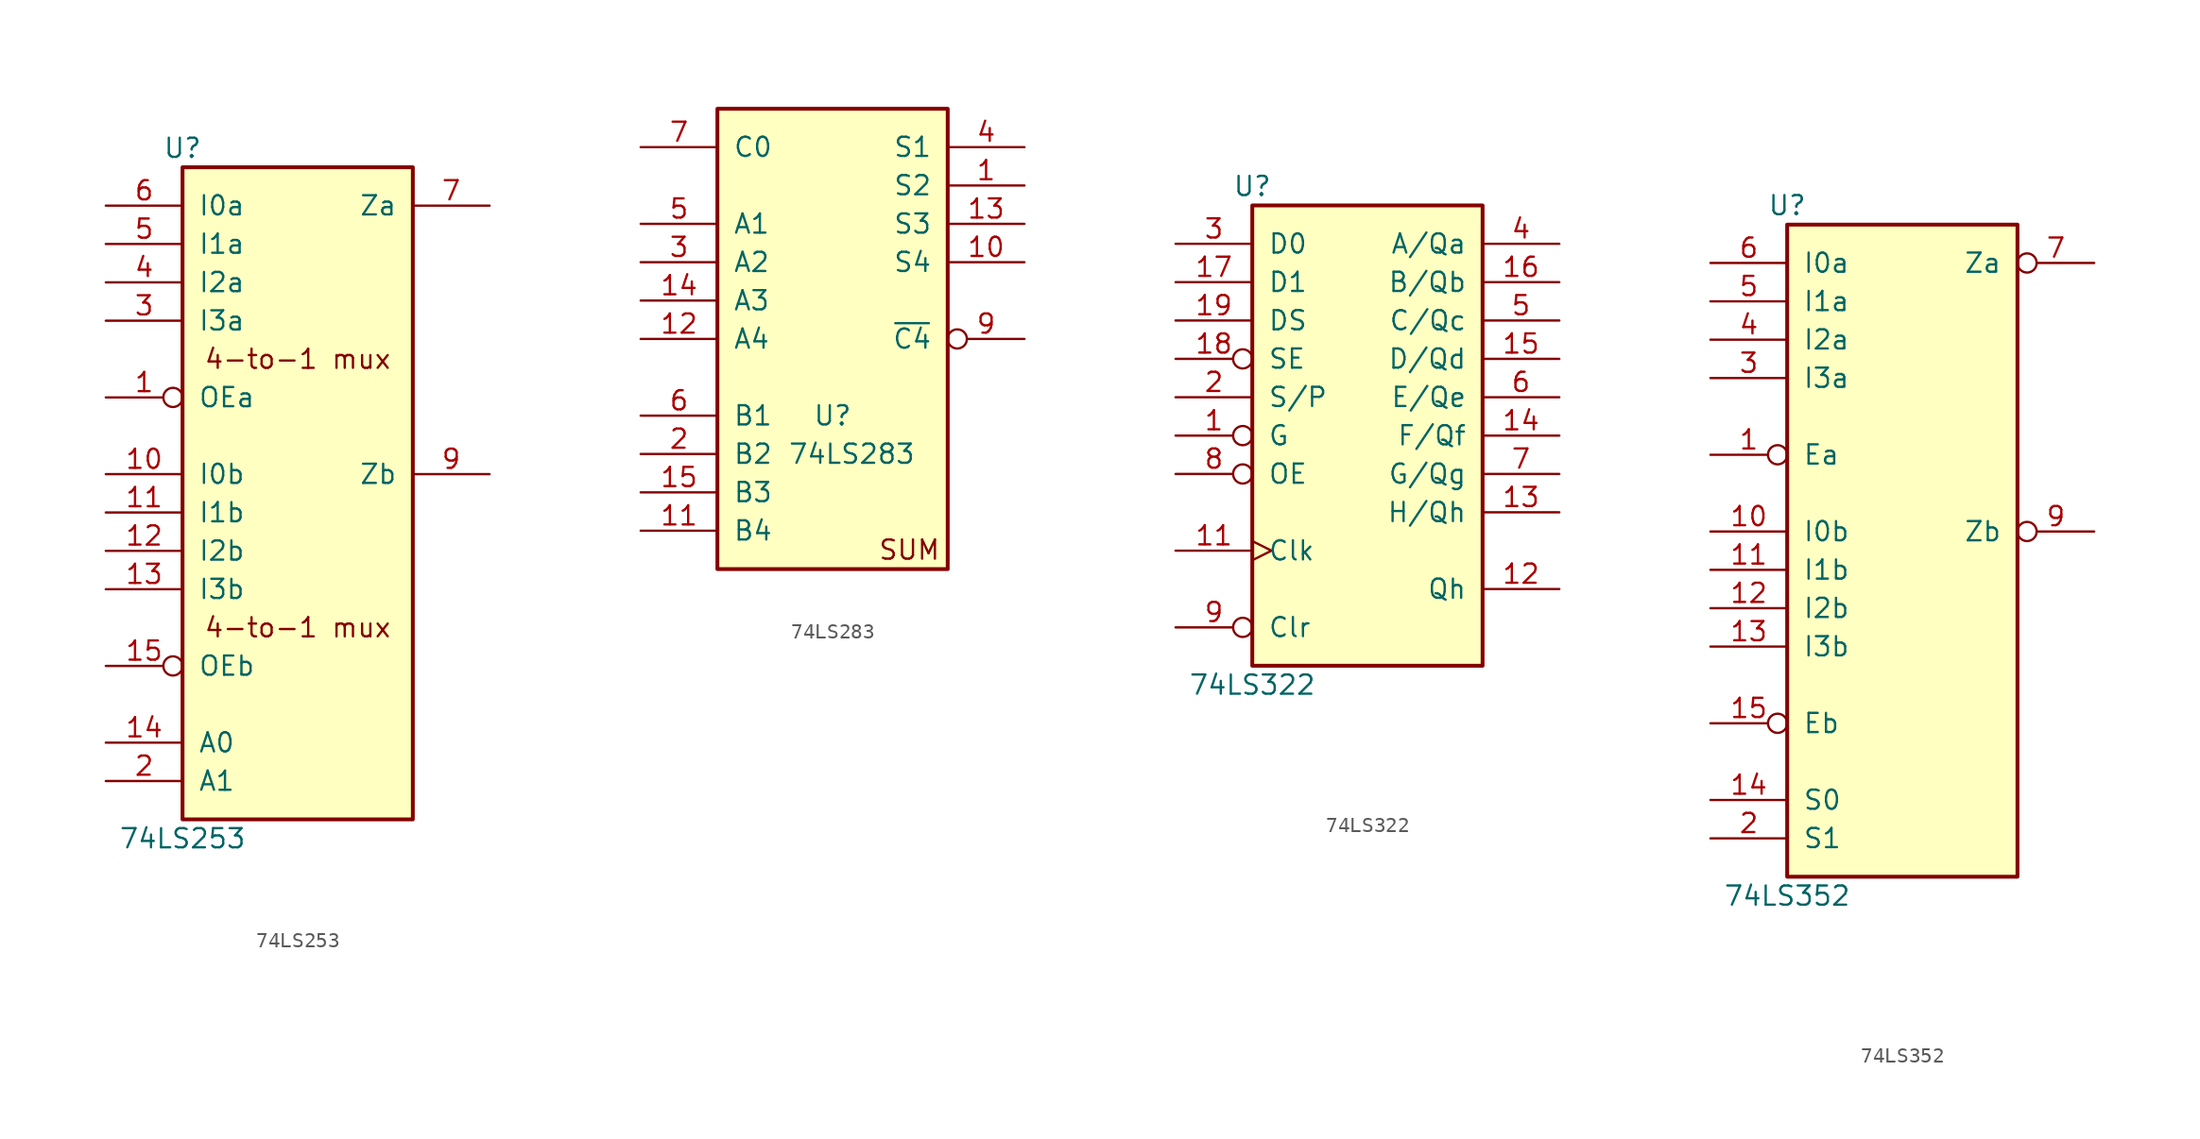
<source format=kicad_sym>
(kicad_symbol_lib
  (version 20211014)
  (generator kicad_symbol_editor)
  (symbol "74LS253"
    (pin_names
      (offset 1.016))
    (property "Reference" "U"
      (at -7.62 21.59 0)
      (effects (font (size 1.27 1.27))))
    (property "Value" "74LS253"
      (at -7.62 -24.13 0)
      (effects (font (size 1.27 1.27))))
    (property "ki_locked" ""
      (at 0 0 0)
      (effects (font (size 1.27 1.27))))
    (symbol "74LS253_0_0"
      (text "4-to-1 mux" (at 0 -10.16 0) (effects (font (size 1.27 1.27))))
      (text "4-to-1 mux" (at 0 7.62 0) (effects (font (size 1.27 1.27)))))
    (symbol "74LS253_1_0"
      (pin input inverted (at -12.7 5.08 0) (length 5.08) (name "OEa" (effects (font (size 1.27 1.27)))) (number "1" (effects (font (size 1.27 1.27)))))
      (pin input line (at -12.7 0 0) (length 5.08) (name "I0b" (effects (font (size 1.27 1.27)))) (number "10" (effects (font (size 1.27 1.27)))))
      (pin input line (at -12.7 -2.54 0) (length 5.08) (name "I1b" (effects (font (size 1.27 1.27)))) (number "11" (effects (font (size 1.27 1.27)))))
      (pin input line (at -12.7 -5.08 0) (length 5.08) (name "I2b" (effects (font (size 1.27 1.27)))) (number "12" (effects (font (size 1.27 1.27)))))
      (pin input line (at -12.7 -7.62 0) (length 5.08) (name "I3b" (effects (font (size 1.27 1.27)))) (number "13" (effects (font (size 1.27 1.27)))))
      (pin input line (at -12.7 -17.78 0) (length 5.08) (name "A0" (effects (font (size 1.27 1.27)))) (number "14" (effects (font (size 1.27 1.27)))))
      (pin input inverted (at -12.7 -12.7 0) (length 5.08) (name "OEb" (effects (font (size 1.27 1.27)))) (number "15" (effects (font (size 1.27 1.27)))))
      (pin power_in line (at 0 20.32 270) (length 5.08) hide (name "VCC" (effects (font (size 1.27 1.27)))) (number "16" (effects (font (size 1.27 1.27)))))
      (pin input line (at -12.7 -20.32 0) (length 5.08) (name "A1" (effects (font (size 1.27 1.27)))) (number "2" (effects (font (size 1.27 1.27)))))
      (pin input line (at -12.7 10.16 0) (length 5.08) (name "I3a" (effects (font (size 1.27 1.27)))) (number "3" (effects (font (size 1.27 1.27)))))
      (pin input line (at -12.7 12.7 0) (length 5.08) (name "I2a" (effects (font (size 1.27 1.27)))) (number "4" (effects (font (size 1.27 1.27)))))
      (pin input line (at -12.7 15.24 0) (length 5.08) (name "I1a" (effects (font (size 1.27 1.27)))) (number "5" (effects (font (size 1.27 1.27)))))
      (pin input line (at -12.7 17.78 0) (length 5.08) (name "I0a" (effects (font (size 1.27 1.27)))) (number "6" (effects (font (size 1.27 1.27)))))
      (pin tri_state line (at 12.7 17.78 180) (length 5.08) (name "Za" (effects (font (size 1.27 1.27)))) (number "7" (effects (font (size 1.27 1.27)))))
      (pin power_in line (at 0 -22.86 90) (length 5.08) hide (name "VSS" (effects (font (size 1.27 1.27)))) (number "8" (effects (font (size 1.27 1.27)))))
      (pin tri_state line (at 12.7 0 180) (length 5.08) (name "Zb" (effects (font (size 1.27 1.27)))) (number "9" (effects (font (size 1.27 1.27))))))
    (symbol "74LS253_1_1"
      (rectangle (start -7.62 20.32) (end 7.62 -22.86) (stroke (width 0.254) (type default) (color 0 0 0 0)) (fill (type background)))))
  (symbol "74LS283"
    (pin_names
      (offset 1.016))
    (property "Reference" "U"
      (at 0 -5.08 0)
      (effects (font (size 1.27 1.27))))
    (property "Value" "74LS283"
      (at 1.27 -7.62 0)
      (effects (font (size 1.27 1.27))))
    (property "ki_locked" ""
      (at 0 0 0)
      (effects (font (size 1.27 1.27))))
    (symbol "74LS283_0_0"
      (text "SUM" (at 5.08 -13.97 0) (effects (font (size 1.27 1.27)))))
    (symbol "74LS283_1_0"
      (pin output line (at 12.7 10.16 180) (length 5.08) (name "S2" (effects (font (size 1.27 1.27)))) (number "1" (effects (font (size 1.27 1.27)))))
      (pin output line (at 12.7 5.08 180) (length 5.08) (name "S4" (effects (font (size 1.27 1.27)))) (number "10" (effects (font (size 1.27 1.27)))))
      (pin input line (at -12.7 -12.7 0) (length 5.08) (name "B4" (effects (font (size 1.27 1.27)))) (number "11" (effects (font (size 1.27 1.27)))))
      (pin input line (at -12.7 0 0) (length 5.08) (name "A4" (effects (font (size 1.27 1.27)))) (number "12" (effects (font (size 1.27 1.27)))))
      (pin output line (at 12.7 7.62 180) (length 5.08) (name "S3" (effects (font (size 1.27 1.27)))) (number "13" (effects (font (size 1.27 1.27)))))
      (pin input line (at -12.7 2.54 0) (length 5.08) (name "A3" (effects (font (size 1.27 1.27)))) (number "14" (effects (font (size 1.27 1.27)))))
      (pin input line (at -12.7 -10.16 0) (length 5.08) (name "B3" (effects (font (size 1.27 1.27)))) (number "15" (effects (font (size 1.27 1.27)))))
      (pin input line (at -12.7 -7.62 0) (length 5.08) (name "B2" (effects (font (size 1.27 1.27)))) (number "2" (effects (font (size 1.27 1.27)))))
      (pin input line (at -12.7 5.08 0) (length 5.08) (name "A2" (effects (font (size 1.27 1.27)))) (number "3" (effects (font (size 1.27 1.27)))))
      (pin output line (at 12.7 12.7 180) (length 5.08) (name "S1" (effects (font (size 1.27 1.27)))) (number "4" (effects (font (size 1.27 1.27)))))
      (pin input line (at -12.7 7.62 0) (length 5.08) (name "A1" (effects (font (size 1.27 1.27)))) (number "5" (effects (font (size 1.27 1.27)))))
      (pin input line (at -12.7 -5.08 0) (length 5.08) (name "B1" (effects (font (size 1.27 1.27)))) (number "6" (effects (font (size 1.27 1.27)))))
      (pin input line (at -12.7 12.7 0) (length 5.08) (name "C0" (effects (font (size 1.27 1.27)))) (number "7" (effects (font (size 1.27 1.27)))))
      (pin output inverted (at 12.7 0 180) (length 5.08) (name "~{C4}" (effects (font (size 1.27 1.27)))) (number "9" (effects (font (size 1.27 1.27))))))
    (symbol "74LS283_1_1"
      (rectangle (start -7.62 15.24) (end 7.62 -15.24) (stroke (width 0.254) (type default) (color 0 0 0 0)) (fill (type background)))))
  (symbol "74LS322"
    (pin_names
      (offset 1.016))
    (property "Reference" "U"
      (at -7.62 16.51 0)
      (effects (font (size 1.27 1.27))))
    (property "Value" "74LS322"
      (at -7.62 -16.51 0)
      (effects (font (size 1.27 1.27))))
    (property "ki_locked" ""
      (at 0 0 0)
      (effects (font (size 1.27 1.27))))
    (symbol "74LS322_1_0"
      (pin input inverted (at -12.7 0 0) (length 5.08) (name "G" (effects (font (size 1.27 1.27)))) (number "1" (effects (font (size 1.27 1.27)))))
      (pin input line (at 0 -20.32 90) (length 5.08) hide (name "GND" (effects (font (size 1.27 1.27)))) (number "10" (effects (font (size 1.27 1.27)))))
      (pin input clock (at -12.7 -7.62 0) (length 5.08) (name "Clk" (effects (font (size 1.27 1.27)))) (number "11" (effects (font (size 1.27 1.27)))))
      (pin output line (at 12.7 -10.16 180) (length 5.08) (name "Qh" (effects (font (size 1.27 1.27)))) (number "12" (effects (font (size 1.27 1.27)))))
      (pin tri_state line (at 12.7 -5.08 180) (length 5.08) (name "H/Qh" (effects (font (size 1.27 1.27)))) (number "13" (effects (font (size 1.27 1.27)))))
      (pin tri_state line (at 12.7 0 180) (length 5.08) (name "F/Qf" (effects (font (size 1.27 1.27)))) (number "14" (effects (font (size 1.27 1.27)))))
      (pin tri_state line (at 12.7 5.08 180) (length 5.08) (name "D/Qd" (effects (font (size 1.27 1.27)))) (number "15" (effects (font (size 1.27 1.27)))))
      (pin tri_state line (at 12.7 10.16 180) (length 5.08) (name "B/Qb" (effects (font (size 1.27 1.27)))) (number "16" (effects (font (size 1.27 1.27)))))
      (pin input line (at -12.7 10.16 0) (length 5.08) (name "D1" (effects (font (size 1.27 1.27)))) (number "17" (effects (font (size 1.27 1.27)))))
      (pin input inverted (at -12.7 5.08 0) (length 5.08) (name "SE" (effects (font (size 1.27 1.27)))) (number "18" (effects (font (size 1.27 1.27)))))
      (pin input line (at -12.7 7.62 0) (length 5.08) (name "DS" (effects (font (size 1.27 1.27)))) (number "19" (effects (font (size 1.27 1.27)))))
      (pin input line (at -12.7 2.54 0) (length 5.08) (name "S/P" (effects (font (size 1.27 1.27)))) (number "2" (effects (font (size 1.27 1.27)))))
      (pin input line (at 0 20.32 270) (length 5.08) hide (name "VCC" (effects (font (size 1.27 1.27)))) (number "20" (effects (font (size 1.27 1.27)))))
      (pin input line (at -12.7 12.7 0) (length 5.08) (name "D0" (effects (font (size 1.27 1.27)))) (number "3" (effects (font (size 1.27 1.27)))))
      (pin tri_state line (at 12.7 12.7 180) (length 5.08) (name "A/Qa" (effects (font (size 1.27 1.27)))) (number "4" (effects (font (size 1.27 1.27)))))
      (pin tri_state line (at 12.7 7.62 180) (length 5.08) (name "C/Qc" (effects (font (size 1.27 1.27)))) (number "5" (effects (font (size 1.27 1.27)))))
      (pin tri_state line (at 12.7 2.54 180) (length 5.08) (name "E/Qe" (effects (font (size 1.27 1.27)))) (number "6" (effects (font (size 1.27 1.27)))))
      (pin tri_state line (at 12.7 -2.54 180) (length 5.08) (name "G/Qg" (effects (font (size 1.27 1.27)))) (number "7" (effects (font (size 1.27 1.27)))))
      (pin input inverted (at -12.7 -2.54 0) (length 5.08) (name "OE" (effects (font (size 1.27 1.27)))) (number "8" (effects (font (size 1.27 1.27)))))
      (pin input inverted (at -12.7 -12.7 0) (length 5.08) (name "Clr" (effects (font (size 1.27 1.27)))) (number "9" (effects (font (size 1.27 1.27))))))
    (symbol "74LS322_1_1"
      (rectangle (start -7.62 15.24) (end 7.62 -15.24) (stroke (width 0.254) (type default) (color 0 0 0 0)) (fill (type background)))))
  (symbol "74LS352"
    (pin_names
      (offset 1.016))
    (property "Reference" "U"
      (at -7.62 21.59 0)
      (effects (font (size 1.27 1.27))))
    (property "Value" "74LS352"
      (at -7.62 -24.13 0)
      (effects (font (size 1.27 1.27))))
    (property "ki_locked" ""
      (at 0 0 0)
      (effects (font (size 1.27 1.27))))
    (symbol "74LS352_1_0"
      (pin input inverted (at -12.7 5.08 0) (length 5.08) (name "Ea" (effects (font (size 1.27 1.27)))) (number "1" (effects (font (size 1.27 1.27)))))
      (pin input line (at -12.7 0 0) (length 5.08) (name "I0b" (effects (font (size 1.27 1.27)))) (number "10" (effects (font (size 1.27 1.27)))))
      (pin input line (at -12.7 -2.54 0) (length 5.08) (name "I1b" (effects (font (size 1.27 1.27)))) (number "11" (effects (font (size 1.27 1.27)))))
      (pin input line (at -12.7 -5.08 0) (length 5.08) (name "I2b" (effects (font (size 1.27 1.27)))) (number "12" (effects (font (size 1.27 1.27)))))
      (pin input line (at -12.7 -7.62 0) (length 5.08) (name "I3b" (effects (font (size 1.27 1.27)))) (number "13" (effects (font (size 1.27 1.27)))))
      (pin input line (at -12.7 -17.78 0) (length 5.08) (name "S0" (effects (font (size 1.27 1.27)))) (number "14" (effects (font (size 1.27 1.27)))))
      (pin input inverted (at -12.7 -12.7 0) (length 5.08) (name "Eb" (effects (font (size 1.27 1.27)))) (number "15" (effects (font (size 1.27 1.27)))))
      (pin input line (at 0 25.4 270) (length 5.08) hide (name "VCC" (effects (font (size 1.27 1.27)))) (number "16" (effects (font (size 1.27 1.27)))))
      (pin input line (at -12.7 -20.32 0) (length 5.08) (name "S1" (effects (font (size 1.27 1.27)))) (number "2" (effects (font (size 1.27 1.27)))))
      (pin input line (at -12.7 10.16 0) (length 5.08) (name "I3a" (effects (font (size 1.27 1.27)))) (number "3" (effects (font (size 1.27 1.27)))))
      (pin input line (at -12.7 12.7 0) (length 5.08) (name "I2a" (effects (font (size 1.27 1.27)))) (number "4" (effects (font (size 1.27 1.27)))))
      (pin input line (at -12.7 15.24 0) (length 5.08) (name "I1a" (effects (font (size 1.27 1.27)))) (number "5" (effects (font (size 1.27 1.27)))))
      (pin input line (at -12.7 17.78 0) (length 5.08) (name "I0a" (effects (font (size 1.27 1.27)))) (number "6" (effects (font (size 1.27 1.27)))))
      (pin output inverted (at 12.7 17.78 180) (length 5.08) (name "Za" (effects (font (size 1.27 1.27)))) (number "7" (effects (font (size 1.27 1.27)))))
      (pin input line (at 0 -27.94 90) (length 5.08) hide (name "GND" (effects (font (size 1.27 1.27)))) (number "8" (effects (font (size 1.27 1.27)))))
      (pin output inverted (at 12.7 0 180) (length 5.08) (name "Zb" (effects (font (size 1.27 1.27)))) (number "9" (effects (font (size 1.27 1.27))))))
    (symbol "74LS352_1_1"
      (rectangle (start -7.62 20.32) (end 7.62 -22.86) (stroke (width 0.254) (type default) (color 0 0 0 0)) (fill (type background))))))
</source>
